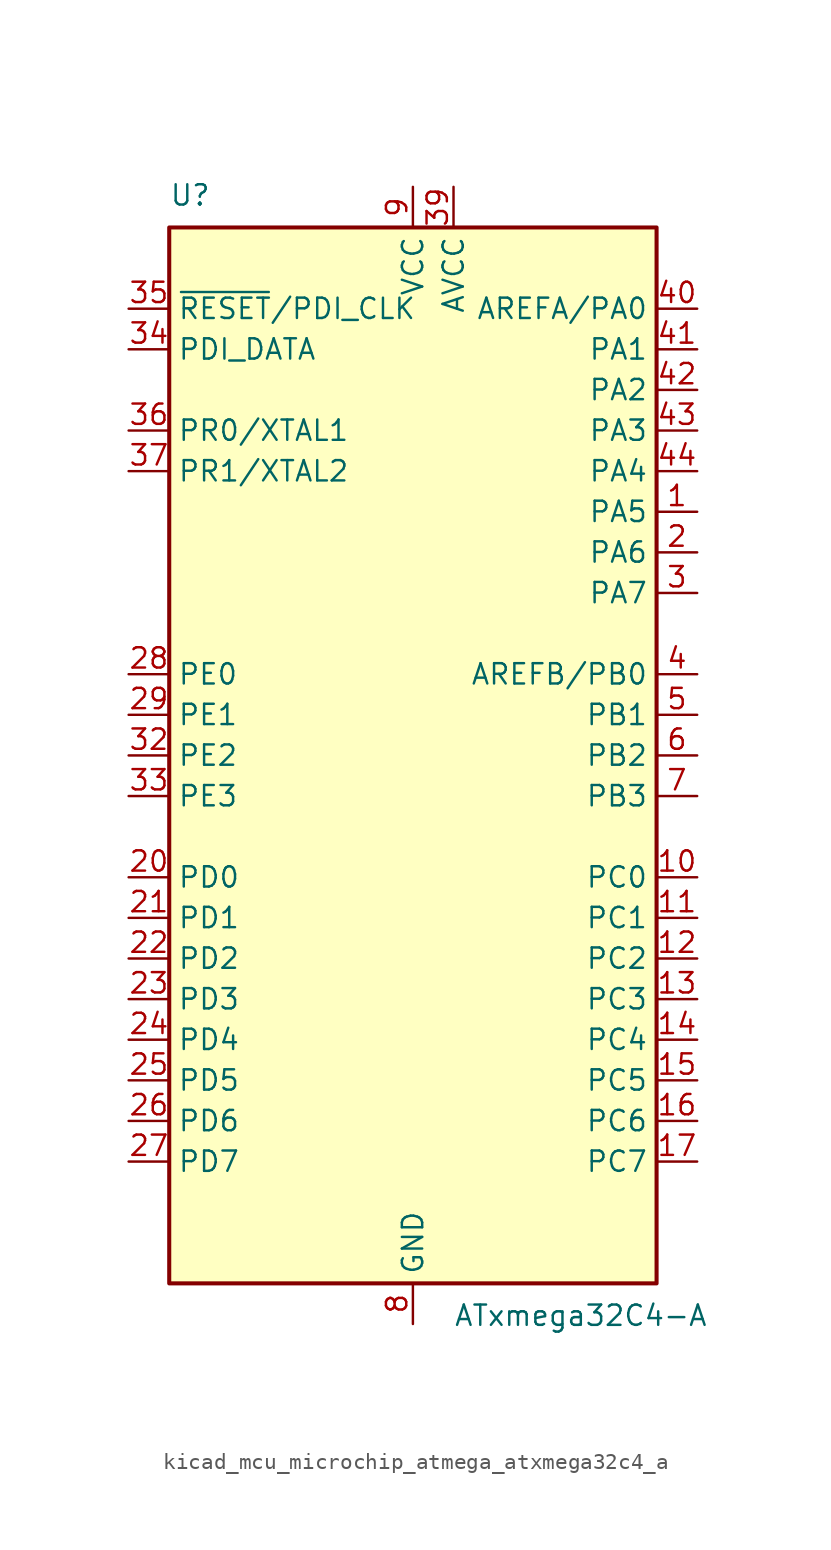
<source format=kicad_sym>
(kicad_symbol_lib
  (version 20220914)
  (generator kicad_symbol_editor)
  (symbol "kicad_mcu_microchip_atmega_atxmega32c4_a"
    (property "Reference" "U"
      (at -15.24 34.29 0)
      (effects (font (size 1.27 1.27)) (justify left bottom)))
    (property "Value" "ATxmega32C4-A"
      (at 2.54 -34.29 0)
      (effects (font (size 1.27 1.27)) (justify left top)))
    (symbol "kicad_mcu_microchip_atmega_atxmega32c4_a_0_1"
      (rectangle (start -15.24 -33.02) (end 15.24 33.02) (stroke (width 0.254) (type default)) (fill (type background))))
    (symbol "kicad_mcu_microchip_atmega_atxmega32c4_a_1_1"
      (pin bidirectional line (at 17.78 15.24 180) (length 2.54) (name "PA5" (effects (font (size 1.27 1.27)))) (number "1" (effects (font (size 1.27 1.27)))))
      (pin bidirectional line (at 17.78 -7.62 180) (length 2.54) (name "PC0" (effects (font (size 1.27 1.27)))) (number "10" (effects (font (size 1.27 1.27)))))
      (pin bidirectional line (at 17.78 -10.16 180) (length 2.54) (name "PC1" (effects (font (size 1.27 1.27)))) (number "11" (effects (font (size 1.27 1.27)))))
      (pin bidirectional line (at 17.78 -12.7 180) (length 2.54) (name "PC2" (effects (font (size 1.27 1.27)))) (number "12" (effects (font (size 1.27 1.27)))))
      (pin bidirectional line (at 17.78 -15.24 180) (length 2.54) (name "PC3" (effects (font (size 1.27 1.27)))) (number "13" (effects (font (size 1.27 1.27)))))
      (pin bidirectional line (at 17.78 -17.78 180) (length 2.54) (name "PC4" (effects (font (size 1.27 1.27)))) (number "14" (effects (font (size 1.27 1.27)))))
      (pin bidirectional line (at 17.78 -20.32 180) (length 2.54) (name "PC5" (effects (font (size 1.27 1.27)))) (number "15" (effects (font (size 1.27 1.27)))))
      (pin bidirectional line (at 17.78 -22.86 180) (length 2.54) (name "PC6" (effects (font (size 1.27 1.27)))) (number "16" (effects (font (size 1.27 1.27)))))
      (pin bidirectional line (at 17.78 -25.4 180) (length 2.54) (name "PC7" (effects (font (size 1.27 1.27)))) (number "17" (effects (font (size 1.27 1.27)))))
      (pin passive line (at 0 -35.56 90) (length 2.54) hide (name "GND" (effects (font (size 1.27 1.27)))) (number "18" (effects (font (size 1.27 1.27)))))
      (pin passive line (at 0 35.56 270) (length 2.54) hide (name "VCC" (effects (font (size 1.27 1.27)))) (number "19" (effects (font (size 1.27 1.27)))))
      (pin bidirectional line (at 17.78 12.7 180) (length 2.54) (name "PA6" (effects (font (size 1.27 1.27)))) (number "2" (effects (font (size 1.27 1.27)))))
      (pin bidirectional line (at -17.78 -7.62 0) (length 2.54) (name "PD0" (effects (font (size 1.27 1.27)))) (number "20" (effects (font (size 1.27 1.27)))))
      (pin bidirectional line (at -17.78 -10.16 0) (length 2.54) (name "PD1" (effects (font (size 1.27 1.27)))) (number "21" (effects (font (size 1.27 1.27)))))
      (pin bidirectional line (at -17.78 -12.7 0) (length 2.54) (name "PD2" (effects (font (size 1.27 1.27)))) (number "22" (effects (font (size 1.27 1.27)))))
      (pin bidirectional line (at -17.78 -15.24 0) (length 2.54) (name "PD3" (effects (font (size 1.27 1.27)))) (number "23" (effects (font (size 1.27 1.27)))))
      (pin bidirectional line (at -17.78 -17.78 0) (length 2.54) (name "PD4" (effects (font (size 1.27 1.27)))) (number "24" (effects (font (size 1.27 1.27)))))
      (pin bidirectional line (at -17.78 -20.32 0) (length 2.54) (name "PD5" (effects (font (size 1.27 1.27)))) (number "25" (effects (font (size 1.27 1.27)))))
      (pin bidirectional line (at -17.78 -22.86 0) (length 2.54) (name "PD6" (effects (font (size 1.27 1.27)))) (number "26" (effects (font (size 1.27 1.27)))))
      (pin bidirectional line (at -17.78 -25.4 0) (length 2.54) (name "PD7" (effects (font (size 1.27 1.27)))) (number "27" (effects (font (size 1.27 1.27)))))
      (pin bidirectional line (at -17.78 5.08 0) (length 2.54) (name "PE0" (effects (font (size 1.27 1.27)))) (number "28" (effects (font (size 1.27 1.27)))))
      (pin bidirectional line (at -17.78 2.54 0) (length 2.54) (name "PE1" (effects (font (size 1.27 1.27)))) (number "29" (effects (font (size 1.27 1.27)))))
      (pin bidirectional line (at 17.78 10.16 180) (length 2.54) (name "PA7" (effects (font (size 1.27 1.27)))) (number "3" (effects (font (size 1.27 1.27)))))
      (pin passive line (at 0 -35.56 90) (length 2.54) hide (name "GND" (effects (font (size 1.27 1.27)))) (number "30" (effects (font (size 1.27 1.27)))))
      (pin passive line (at 0 35.56 270) (length 2.54) hide (name "VCC" (effects (font (size 1.27 1.27)))) (number "31" (effects (font (size 1.27 1.27)))))
      (pin bidirectional line (at -17.78 0 0) (length 2.54) (name "PE2" (effects (font (size 1.27 1.27)))) (number "32" (effects (font (size 1.27 1.27)))))
      (pin bidirectional line (at -17.78 -2.54 0) (length 2.54) (name "PE3" (effects (font (size 1.27 1.27)))) (number "33" (effects (font (size 1.27 1.27)))))
      (pin bidirectional line (at -17.78 25.4 0) (length 2.54) (name "PDI_DATA" (effects (font (size 1.27 1.27)))) (number "34" (effects (font (size 1.27 1.27)))))
      (pin input line (at -17.78 27.94 0) (length 2.54) (name "~{RESET}/PDI_CLK" (effects (font (size 1.27 1.27)))) (number "35" (effects (font (size 1.27 1.27)))))
      (pin bidirectional line (at -17.78 20.32 0) (length 2.54) (name "PR0/XTAL1" (effects (font (size 1.27 1.27)))) (number "36" (effects (font (size 1.27 1.27)))))
      (pin bidirectional line (at -17.78 17.78 0) (length 2.54) (name "PR1/XTAL2" (effects (font (size 1.27 1.27)))) (number "37" (effects (font (size 1.27 1.27)))))
      (pin passive line (at 0 -35.56 90) (length 2.54) hide (name "GND" (effects (font (size 1.27 1.27)))) (number "38" (effects (font (size 1.27 1.27)))))
      (pin power_in line (at 2.54 35.56 270) (length 2.54) (name "AVCC" (effects (font (size 1.27 1.27)))) (number "39" (effects (font (size 1.27 1.27)))))
      (pin bidirectional line (at 17.78 5.08 180) (length 2.54) (name "AREFB/PB0" (effects (font (size 1.27 1.27)))) (number "4" (effects (font (size 1.27 1.27)))))
      (pin bidirectional line (at 17.78 27.94 180) (length 2.54) (name "AREFA/PA0" (effects (font (size 1.27 1.27)))) (number "40" (effects (font (size 1.27 1.27)))))
      (pin bidirectional line (at 17.78 25.4 180) (length 2.54) (name "PA1" (effects (font (size 1.27 1.27)))) (number "41" (effects (font (size 1.27 1.27)))))
      (pin bidirectional line (at 17.78 22.86 180) (length 2.54) (name "PA2" (effects (font (size 1.27 1.27)))) (number "42" (effects (font (size 1.27 1.27)))))
      (pin bidirectional line (at 17.78 20.32 180) (length 2.54) (name "PA3" (effects (font (size 1.27 1.27)))) (number "43" (effects (font (size 1.27 1.27)))))
      (pin bidirectional line (at 17.78 17.78 180) (length 2.54) (name "PA4" (effects (font (size 1.27 1.27)))) (number "44" (effects (font (size 1.27 1.27)))))
      (pin bidirectional line (at 17.78 2.54 180) (length 2.54) (name "PB1" (effects (font (size 1.27 1.27)))) (number "5" (effects (font (size 1.27 1.27)))))
      (pin bidirectional line (at 17.78 0 180) (length 2.54) (name "PB2" (effects (font (size 1.27 1.27)))) (number "6" (effects (font (size 1.27 1.27)))))
      (pin bidirectional line (at 17.78 -2.54 180) (length 2.54) (name "PB3" (effects (font (size 1.27 1.27)))) (number "7" (effects (font (size 1.27 1.27)))))
      (pin power_in line (at 0 -35.56 90) (length 2.54) (name "GND" (effects (font (size 1.27 1.27)))) (number "8" (effects (font (size 1.27 1.27)))))
      (pin power_in line (at 0 35.56 270) (length 2.54) (name "VCC" (effects (font (size 1.27 1.27)))) (number "9" (effects (font (size 1.27 1.27))))))))
</source>
